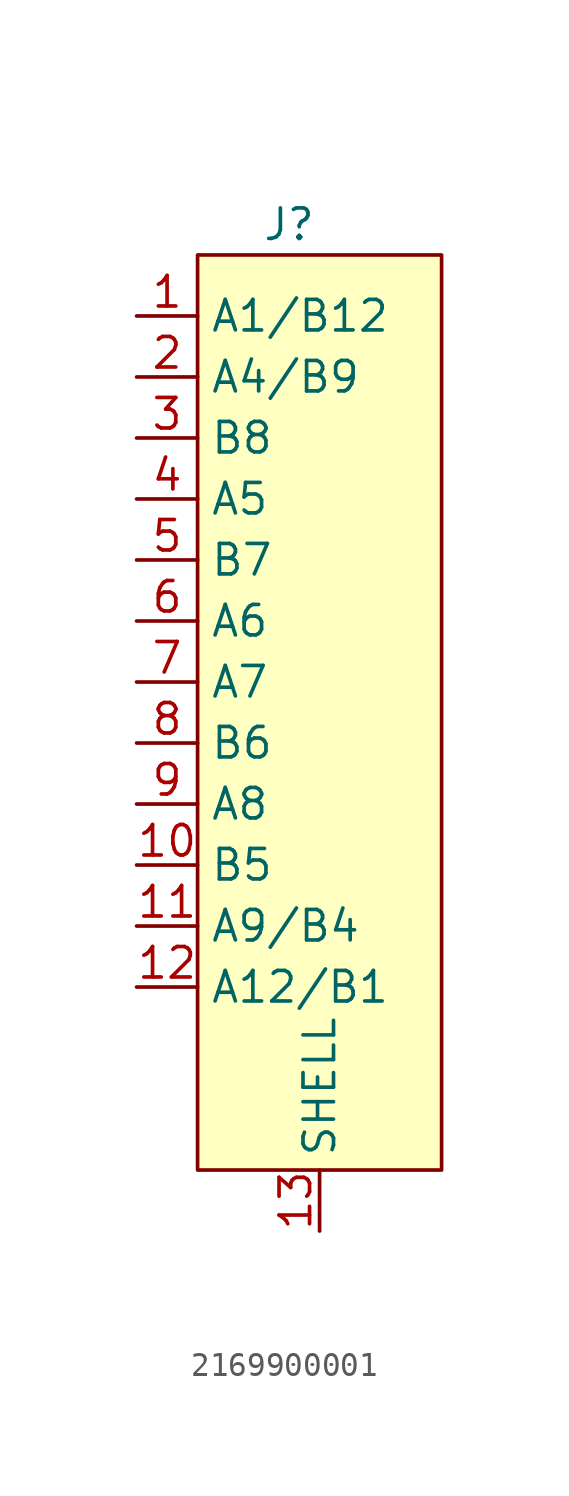
<source format=kicad_sym>
(kicad_symbol_lib
  (version 20220914)
  (generator kicad_symbol_editor)
  (symbol "2169900001"
    (property "Reference" "J"
      (at 0 0 0)
      (effects (font (size 1.27 1.27))))
    (property "Value" ""
      (at -2.54 -1.27 0)
      (effects (font (size 1.27 1.27))))
    (symbol "2169900001_1_1"
      (rectangle (start -3.81 -1.27) (end 6.35 -39.37) (stroke (width 0) (type default)) (fill (type background)))
      (pin input line (at -6.35 -3.81 0) (length 2.54) (name "A1/B12" (effects (font (size 1.27 1.27)))) (number "1" (effects (font (size 1.27 1.27)))))
      (pin input line (at -6.35 -26.67 0) (length 2.54) (name "B5" (effects (font (size 1.27 1.27)))) (number "10" (effects (font (size 1.27 1.27)))))
      (pin input line (at -6.35 -29.21 0) (length 2.54) (name "A9/B4" (effects (font (size 1.27 1.27)))) (number "11" (effects (font (size 1.27 1.27)))))
      (pin input line (at -6.35 -31.75 0) (length 2.54) (name "A12/B1" (effects (font (size 1.27 1.27)))) (number "12" (effects (font (size 1.27 1.27)))))
      (pin input line (at 1.27 -41.91 90) (length 2.54) (name "SHELL" (effects (font (size 1.27 1.27)))) (number "13" (effects (font (size 1.27 1.27)))))
      (pin input line (at -6.35 -6.35 0) (length 2.54) (name "A4/B9" (effects (font (size 1.27 1.27)))) (number "2" (effects (font (size 1.27 1.27)))))
      (pin input line (at -6.35 -8.89 0) (length 2.54) (name "B8" (effects (font (size 1.27 1.27)))) (number "3" (effects (font (size 1.27 1.27)))))
      (pin input line (at -6.35 -11.43 0) (length 2.54) (name "A5" (effects (font (size 1.27 1.27)))) (number "4" (effects (font (size 1.27 1.27)))))
      (pin input line (at -6.35 -13.97 0) (length 2.54) (name "B7" (effects (font (size 1.27 1.27)))) (number "5" (effects (font (size 1.27 1.27)))))
      (pin input line (at -6.35 -16.51 0) (length 2.54) (name "A6" (effects (font (size 1.27 1.27)))) (number "6" (effects (font (size 1.27 1.27)))))
      (pin input line (at -6.35 -19.05 0) (length 2.54) (name "A7" (effects (font (size 1.27 1.27)))) (number "7" (effects (font (size 1.27 1.27)))))
      (pin input line (at -6.35 -21.59 0) (length 2.54) (name "B6" (effects (font (size 1.27 1.27)))) (number "8" (effects (font (size 1.27 1.27)))))
      (pin input line (at -6.35 -24.13 0) (length 2.54) (name "A8" (effects (font (size 1.27 1.27)))) (number "9" (effects (font (size 1.27 1.27))))))))
</source>
